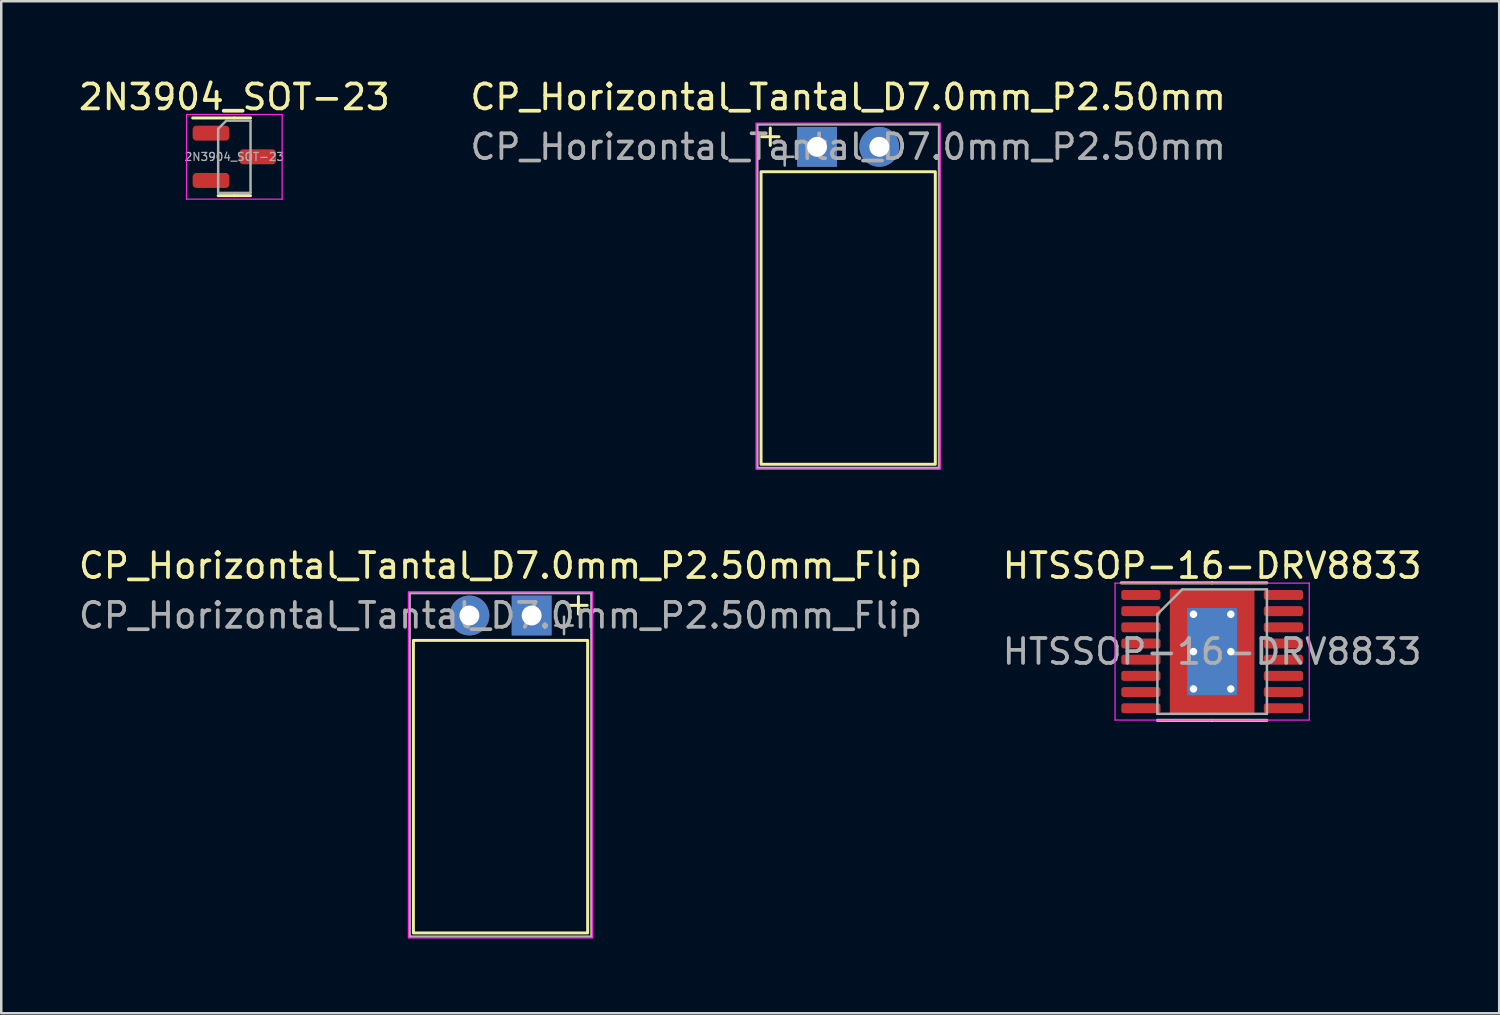
<source format=kicad_pcb>
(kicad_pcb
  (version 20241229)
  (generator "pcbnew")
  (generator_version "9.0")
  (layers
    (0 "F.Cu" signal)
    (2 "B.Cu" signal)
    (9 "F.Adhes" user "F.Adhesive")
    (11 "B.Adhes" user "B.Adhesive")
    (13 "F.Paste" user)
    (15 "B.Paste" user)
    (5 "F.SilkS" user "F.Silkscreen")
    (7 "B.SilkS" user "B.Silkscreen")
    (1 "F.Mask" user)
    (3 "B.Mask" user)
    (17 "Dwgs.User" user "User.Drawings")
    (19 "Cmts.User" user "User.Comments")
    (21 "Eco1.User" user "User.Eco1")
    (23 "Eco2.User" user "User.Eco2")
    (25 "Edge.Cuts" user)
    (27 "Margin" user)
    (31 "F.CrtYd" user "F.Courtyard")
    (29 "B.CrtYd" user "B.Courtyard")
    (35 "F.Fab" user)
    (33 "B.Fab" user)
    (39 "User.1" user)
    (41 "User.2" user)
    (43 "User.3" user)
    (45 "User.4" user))
  (footprint "CP_Horizontal_Tantal_D7.0mm_P2.50mm_Flip"
    (layer "F.Cu")
    (at 18.304 21.672)
    (property "Reference" "CP_Horizontal_Tantal_D7.0mm_P2.50mm_Flip" (at -1.25 -2 0) (layer "F.SilkS") (effects (font (size 1 1) (thickness 0.15))))
    (attr through_hole)
    (fp_line (start 1.879 -0.757) (end 1.879 -0.058) (stroke (width 0.12) (type solid)) (layer "F.SilkS"))
    (fp_line (start 2.229 -0.407) (end 1.529 -0.407) (stroke (width 0.12) (type solid)) (layer "F.SilkS"))
    (fp_rect (start 2.25 1) (end -4.75 12.75) (stroke (width 0.12) (type solid)) (fill no) (layer "F.SilkS"))
    (fp_rect (start 2.45 12.95) (end -4.95 -0.95) (stroke (width 0.05) (type solid)) (fill no) (layer "F.CrtYd"))
    (fp_line (start 1.3 0.05) (end 1.3 0.75) (stroke (width 0.1) (type solid)) (layer "F.Fab"))
    (fp_line (start 1.65 0.4) (end 0.95 0.4) (stroke (width 0.1) (type solid)) (layer "F.Fab"))
    (fp_rect (start 2.4 12.9) (end -4.9 -0.9) (stroke (width 0.1) (type solid)) (fill no) (layer "F.Fab"))
    (fp_text user "${REFERENCE}" (at -1.25 0 0) (layer "F.Fab") (effects (font (size 1 1) (thickness 0.15))))
    (pad "1" thru_hole rect (at 0 0) (size 1.6 1.6) (drill 0.8) (layers "*.Cu" "*.Mask"))
    (pad "2" thru_hole circle (at -2.5 0) (size 1.6 1.6) (drill 0.8) (layers "*.Cu" "*.Mask")))
  (footprint "HTSSOP-16-DRV8833"
    (layer "F.Cu")
    (at 45.637 23.122)
    (property "Reference" "HTSSOP-16-DRV8833" (at 0 -3.45 0) (layer "F.SilkS") (effects (font (size 1 1) (thickness 0.15))))
    (attr smd)
    (fp_line (start 0 -2.76) (end -3.65 -2.76) (stroke (width 0.12) (type solid)) (layer "F.SilkS"))
    (fp_line (start 0 -2.76) (end 2.2 -2.76) (stroke (width 0.12) (type solid)) (layer "F.SilkS"))
    (fp_line (start 0 2.76) (end -2.2 2.76) (stroke (width 0.12) (type solid)) (layer "F.SilkS"))
    (fp_line (start 0 2.76) (end 2.2 2.76) (stroke (width 0.12) (type solid)) (layer "F.SilkS"))
    (fp_line (start -3.9 -2.75) (end -3.9 2.75) (stroke (width 0.05) (type solid)) (layer "F.CrtYd"))
    (fp_line (start -3.9 2.75) (end 3.9 2.75) (stroke (width 0.05) (type solid)) (layer "F.CrtYd"))
    (fp_line (start 3.9 -2.75) (end -3.9 -2.75) (stroke (width 0.05) (type solid)) (layer "F.CrtYd"))
    (fp_line (start 3.9 2.75) (end 3.9 -2.75) (stroke (width 0.05) (type solid)) (layer "F.CrtYd"))
    (fp_line (start -2.2 -1.5) (end -1.2 -2.5) (stroke (width 0.1) (type solid)) (layer "F.Fab"))
    (fp_line (start -2.2 2.5) (end -2.2 -1.5) (stroke (width 0.1) (type solid)) (layer "F.Fab"))
    (fp_line (start -1.2 -2.5) (end 2.2 -2.5) (stroke (width 0.1) (type solid)) (layer "F.Fab"))
    (fp_line (start 2.2 -2.5) (end 2.2 2.5) (stroke (width 0.1) (type solid)) (layer "F.Fab"))
    (fp_line (start 2.2 2.5) (end -2.2 2.5) (stroke (width 0.1) (type solid)) (layer "F.Fab"))
    (fp_text user "${REFERENCE}" (at 0 0 0) (layer "F.Fab") (effects (font (size 1 1) (thickness 0.15))))
    (pad "" smd roundrect (at 0 -0.58) (size 1.98 0.93) (layers "F.Paste") (roundrect_rratio 0.25))
    (pad "" smd rect (at 0 0) (size 2.46 2.31) (layers "F.Mask"))
    (pad "" smd roundrect (at 0 0.58) (size 1.98 0.93) (layers "F.Paste") (roundrect_rratio 0.25))
    (pad "1" smd roundrect (at -2.862 -2.275) (size 1.575 0.4) (layers "F.Cu" "F.Mask" "F.Paste") (roundrect_rratio 0.25))
    (pad "2" smd roundrect (at -2.862 -1.625) (size 1.575 0.4) (layers "F.Cu" "F.Mask" "F.Paste") (roundrect_rratio 0.25))
    (pad "3" smd roundrect (at -2.862 -0.975) (size 1.575 0.4) (layers "F.Cu" "F.Mask" "F.Paste") (roundrect_rratio 0.25))
    (pad "4" smd roundrect (at -2.862 -0.325) (size 1.575 0.4) (layers "F.Cu" "F.Mask" "F.Paste") (roundrect_rratio 0.25))
    (pad "5" smd roundrect (at -2.862 0.325) (size 1.575 0.4) (layers "F.Cu" "F.Mask" "F.Paste") (roundrect_rratio 0.25))
    (pad "6" smd roundrect (at -2.862 0.975) (size 1.575 0.4) (layers "F.Cu" "F.Mask" "F.Paste") (roundrect_rratio 0.25))
    (pad "7" smd roundrect (at -2.862 1.625) (size 1.575 0.4) (layers "F.Cu" "F.Mask" "F.Paste") (roundrect_rratio 0.25))
    (pad "8" smd roundrect (at -2.862 2.275) (size 1.575 0.4) (layers "F.Cu" "F.Mask" "F.Paste") (roundrect_rratio 0.25))
    (pad "9" smd roundrect (at 2.862 2.275) (size 1.575 0.4) (layers "F.Cu" "F.Mask" "F.Paste") (roundrect_rratio 0.25))
    (pad "10" smd roundrect (at 2.862 1.625) (size 1.575 0.4) (layers "F.Cu" "F.Mask" "F.Paste") (roundrect_rratio 0.25))
    (pad "11" smd roundrect (at 2.862 0.975) (size 1.575 0.4) (layers "F.Cu" "F.Mask" "F.Paste") (roundrect_rratio 0.25))
    (pad "12" smd roundrect (at 2.862 0.325) (size 1.575 0.4) (layers "F.Cu" "F.Mask" "F.Paste") (roundrect_rratio 0.25))
    (pad "13" smd roundrect (at 2.862 -0.325) (size 1.575 0.4) (layers "F.Cu" "F.Mask" "F.Paste") (roundrect_rratio 0.25))
    (pad "14" smd roundrect (at 2.862 -0.975) (size 1.575 0.4) (layers "F.Cu" "F.Mask" "F.Paste") (roundrect_rratio 0.25))
    (pad "15" smd roundrect (at 2.862 -1.625) (size 1.575 0.4) (layers "F.Cu" "F.Mask" "F.Paste") (roundrect_rratio 0.25))
    (pad "16" smd roundrect (at 2.862 -2.275) (size 1.575 0.4) (layers "F.Cu" "F.Mask" "F.Paste") (roundrect_rratio 0.25))
    (pad "17" thru_hole circle (at -0.75 -1.5) (size 0.5 0.5) (drill 0.3) (layers "*.Cu"))
    (pad "17" thru_hole circle (at -0.75 0) (size 0.5 0.5) (drill 0.3) (layers "*.Cu"))
    (pad "17" thru_hole circle (at -0.75 1.5) (size 0.5 0.5) (drill 0.3) (layers "*.Cu"))
    (pad "17" smd rect (at 0 0) (size 2 3.5) (layers "B.Cu"))
    (pad "17" smd rect (at 0 0) (size 3.4 5) (layers "F.Cu"))
    (pad "17" thru_hole circle (at 0.75 -1.5) (size 0.5 0.5) (drill 0.3) (layers "*.Cu"))
    (pad "17" thru_hole circle (at 0.75 0) (size 0.5 0.5) (drill 0.3) (layers "*.Cu"))
    (pad "17" thru_hole circle (at 0.75 1.5) (size 0.5 0.5) (drill 0.3) (layers "*.Cu")))
  (footprint "CP_Horizontal_Tantal_D7.0mm_P2.50mm"
    (layer "F.Cu")
    (at 29.768 2.848)
    (property "Reference" "CP_Horizontal_Tantal_D7.0mm_P2.50mm" (at 1.25 -2 0) (layer "F.SilkS") (effects (font (size 1 1) (thickness 0.15))))
    (attr through_hole)
    (fp_line (start -2.229 -0.407) (end -1.529 -0.407) (stroke (width 0.12) (type solid)) (layer "F.SilkS"))
    (fp_line (start -1.879 -0.757) (end -1.879 -0.058) (stroke (width 0.12) (type solid)) (layer "F.SilkS"))
    (fp_rect (start -2.25 1) (end 4.75 12.75) (stroke (width 0.12) (type solid)) (fill no) (layer "F.SilkS"))
    (fp_rect (start -2.45 12.95) (end 4.95 -0.95) (stroke (width 0.05) (type solid)) (fill no) (layer "F.CrtYd"))
    (fp_line (start -1.65 0.4) (end -0.95 0.4) (stroke (width 0.1) (type solid)) (layer "F.Fab"))
    (fp_line (start -1.3 0.05) (end -1.3 0.75) (stroke (width 0.1) (type solid)) (layer "F.Fab"))
    (fp_rect (start -2.4 12.9) (end 4.9 -0.9) (stroke (width 0.1) (type solid)) (fill no) (layer "F.Fab"))
    (fp_text user "${REFERENCE}" (at 1.25 0 0) (layer "F.Fab") (effects (font (size 1 1) (thickness 0.15))))
    (pad "1" thru_hole rect (at 0 0) (size 1.6 1.6) (drill 0.8) (layers "*.Cu" "*.Mask"))
    (pad "2" thru_hole circle (at 2.5 0) (size 1.6 1.6) (drill 0.8) (layers "*.Cu" "*.Mask")))
  (footprint "2N3904_SOT-23"
    (layer "F.Cu")
    (at 6.363 3.248)
    (property "Reference" "2N3904_SOT-23" (at 0 -2.4 180) (layer "F.SilkS") (effects (font (size 1 1) (thickness 0.15))))
    (attr smd)
    (fp_line (start 0 -1.56) (end -1.675 -1.56) (stroke (width 0.12) (type solid)) (layer "F.SilkS"))
    (fp_line (start 0 -1.56) (end 0.65 -1.56) (stroke (width 0.12) (type solid)) (layer "F.SilkS"))
    (fp_line (start 0 1.56) (end -0.65 1.56) (stroke (width 0.12) (type solid)) (layer "F.SilkS"))
    (fp_line (start 0 1.56) (end 0.65 1.56) (stroke (width 0.12) (type solid)) (layer "F.SilkS"))
    (fp_line (start -1.92 -1.7) (end -1.92 1.7) (stroke (width 0.05) (type solid)) (layer "F.CrtYd"))
    (fp_line (start -1.92 1.7) (end 1.92 1.7) (stroke (width 0.05) (type solid)) (layer "F.CrtYd"))
    (fp_line (start 1.92 -1.7) (end -1.92 -1.7) (stroke (width 0.05) (type solid)) (layer "F.CrtYd"))
    (fp_line (start 1.92 1.7) (end 1.92 -1.7) (stroke (width 0.05) (type solid)) (layer "F.CrtYd"))
    (fp_line (start -0.65 -1.125) (end -0.325 -1.45) (stroke (width 0.1) (type solid)) (layer "F.Fab"))
    (fp_line (start -0.65 1.45) (end -0.65 -1.125) (stroke (width 0.1) (type solid)) (layer "F.Fab"))
    (fp_line (start -0.325 -1.45) (end 0.65 -1.45) (stroke (width 0.1) (type solid)) (layer "F.Fab"))
    (fp_line (start 0.65 -1.45) (end 0.65 1.45) (stroke (width 0.1) (type solid)) (layer "F.Fab"))
    (fp_line (start 0.65 1.45) (end -0.65 1.45) (stroke (width 0.1) (type solid)) (layer "F.Fab"))
    (fp_text user "${REFERENCE}" (at 0 0 180) (layer "F.Fab") (effects (font (size 0.32 0.32) (thickness 0.05))))
    (pad "1" smd roundrect (at -0.938 0.95) (size 1.475 0.6) (layers "F.Cu" "F.Mask" "F.Paste") (roundrect_rratio 0.25))
    (pad "2" smd roundrect (at -0.938 -0.95) (size 1.475 0.6) (layers "F.Cu" "F.Mask" "F.Paste") (roundrect_rratio 0.25))
    (pad "3" smd roundrect (at 0.938 0) (size 1.475 0.6) (layers "F.Cu" "F.Mask" "F.Paste") (roundrect_rratio 0.25)))
  (gr_rect
    (start -3 -3)
    (end 57.167 37.647)
    (stroke (width 0.1) (type default))
    (fill no)
    (layer "Edge.Cuts")))
</source>
